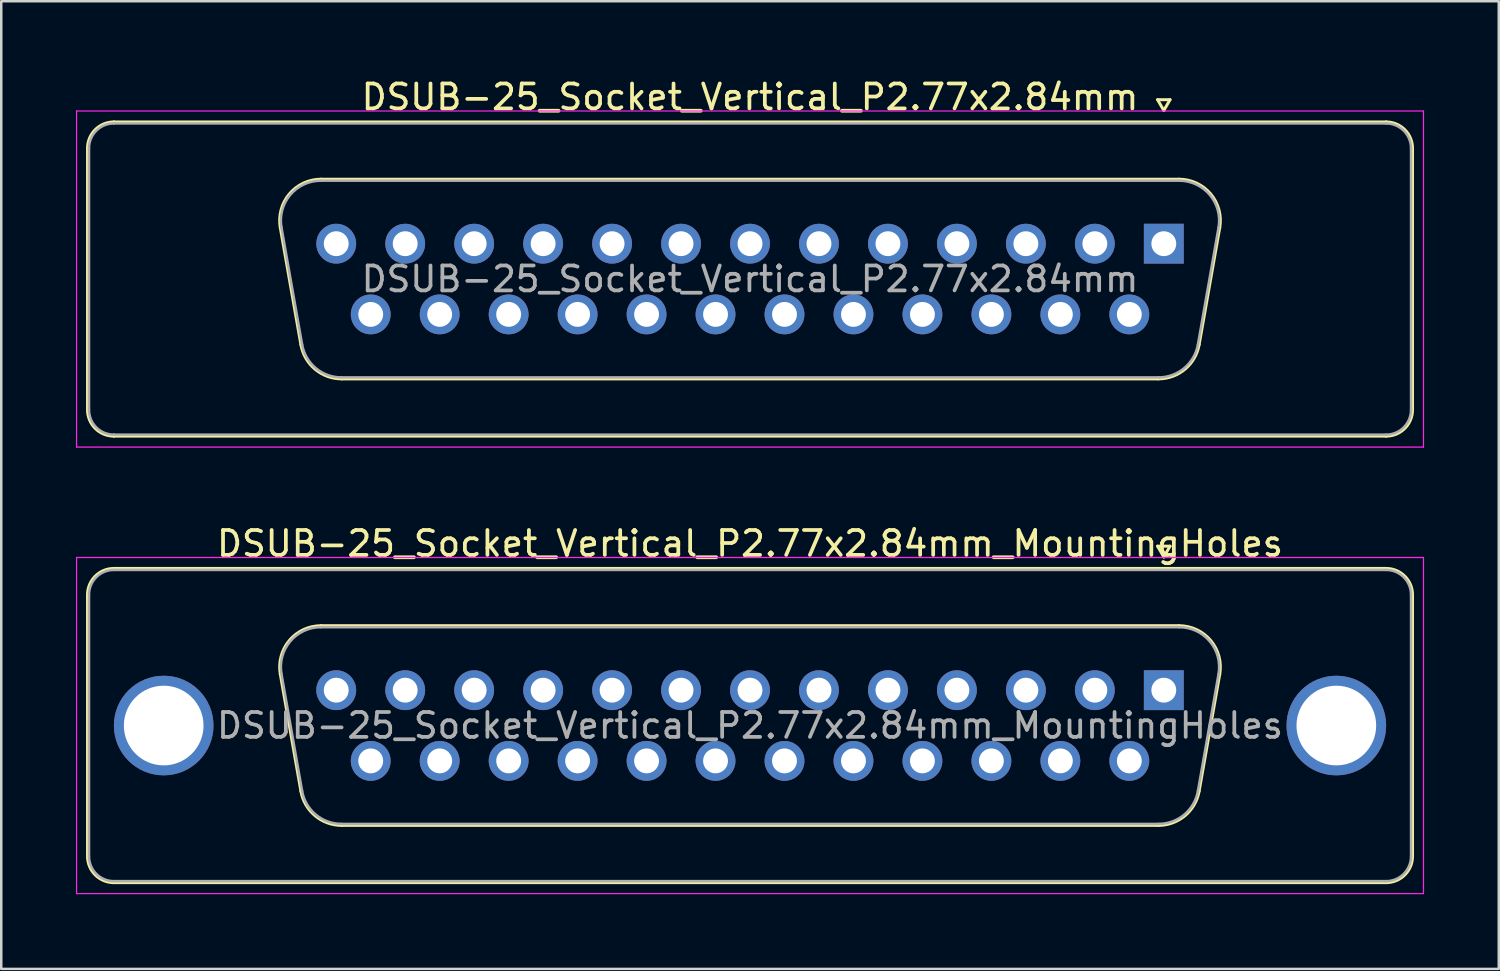
<source format=kicad_pcb>
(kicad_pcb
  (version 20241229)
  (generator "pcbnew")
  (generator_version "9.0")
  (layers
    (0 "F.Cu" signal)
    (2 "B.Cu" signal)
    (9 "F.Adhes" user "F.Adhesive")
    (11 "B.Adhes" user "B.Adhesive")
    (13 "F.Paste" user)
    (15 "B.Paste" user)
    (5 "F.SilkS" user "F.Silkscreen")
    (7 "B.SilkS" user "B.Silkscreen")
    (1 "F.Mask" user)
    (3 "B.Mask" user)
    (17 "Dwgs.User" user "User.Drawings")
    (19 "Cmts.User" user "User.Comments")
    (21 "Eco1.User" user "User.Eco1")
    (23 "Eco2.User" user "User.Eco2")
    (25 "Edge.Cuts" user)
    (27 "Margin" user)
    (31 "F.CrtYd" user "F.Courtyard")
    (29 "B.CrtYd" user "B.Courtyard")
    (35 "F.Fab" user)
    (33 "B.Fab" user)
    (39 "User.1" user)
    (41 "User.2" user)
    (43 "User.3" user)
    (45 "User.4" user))
  (footprint "DSUB-25_Socket_Vertical_P2.77x2.84mm_MountingHoles"
    (layer "F.Cu")
    (at 43.695 24.672)
    (property "Reference" "DSUB-25_Socket_Vertical_P2.77x2.84mm_MountingHoles" (at -16.62 -5.89 0) (layer "F.SilkS") (effects (font (size 1 1) (thickness 0.15))))
    (attr through_hole)
    (fp_line (start -43.23 6.67) (end -43.23 -3.83) (stroke (width 0.12) (type solid)) (layer "F.SilkS"))
    (fp_line (start -42.17 -4.89) (end 8.93 -4.89) (stroke (width 0.12) (type solid)) (layer "F.SilkS"))
    (fp_line (start -34.658 4.058) (end -35.486 -0.642) (stroke (width 0.12) (type solid)) (layer "F.SilkS"))
    (fp_line (start -33.852 -2.59) (end 0.612 -2.59) (stroke (width 0.12) (type solid)) (layer "F.SilkS"))
    (fp_line (start -0.25 -5.784) (end 0.25 -5.784) (stroke (width 0.12) (type solid)) (layer "F.SilkS"))
    (fp_line (start -0.217 5.43) (end -33.023 5.43) (stroke (width 0.12) (type solid)) (layer "F.SilkS"))
    (fp_line (start 0 -5.351) (end -0.25 -5.784) (stroke (width 0.12) (type solid)) (layer "F.SilkS"))
    (fp_line (start 0.25 -5.784) (end 0 -5.351) (stroke (width 0.12) (type solid)) (layer "F.SilkS"))
    (fp_line (start 2.246 -0.642) (end 1.418 4.058) (stroke (width 0.12) (type solid)) (layer "F.SilkS"))
    (fp_line (start 8.93 7.73) (end -42.17 7.73) (stroke (width 0.12) (type solid)) (layer "F.SilkS"))
    (fp_line (start 9.99 -3.83) (end 9.99 6.67) (stroke (width 0.12) (type solid)) (layer "F.SilkS"))
    (fp_arc (start -43.23 -3.83) (mid -42.919533 -4.579533) (end -42.17 -4.89) (stroke (width 0.12) (type solid)) (layer "F.SilkS"))
    (fp_arc (start -42.17 7.73) (mid -42.919533 7.419533) (end -43.23 6.67) (stroke (width 0.12) (type solid)) (layer "F.SilkS"))
    (fp_arc (start -35.48647 -0.641744) (mid -35.123323 -1.997027) (end -33.851689 -2.59) (stroke (width 0.12) (type solid)) (layer "F.SilkS"))
    (fp_arc (start -33.022952 5.43) (mid -34.08998 5.041634) (end -34.657733 4.058256) (stroke (width 0.12) (type solid)) (layer "F.SilkS"))
    (fp_arc (start 0.611689 -2.59) (mid 1.883323 -1.997027) (end 2.24647 -0.641744) (stroke (width 0.12) (type solid)) (layer "F.SilkS"))
    (fp_arc (start 1.417733 4.058256) (mid 0.84998 5.041634) (end -0.217048 5.43) (stroke (width 0.12) (type solid)) (layer "F.SilkS"))
    (fp_arc (start 8.93 -4.89) (mid 9.679533 -4.579533) (end 9.99 -3.83) (stroke (width 0.12) (type solid)) (layer "F.SilkS"))
    (fp_arc (start 9.99 6.67) (mid 9.679533 7.419533) (end 8.93 7.73) (stroke (width 0.12) (type solid)) (layer "F.SilkS"))
    (fp_line (start -43.67 -5.33) (end -43.67 8.17) (stroke (width 0.05) (type solid)) (layer "F.CrtYd"))
    (fp_line (start -43.67 8.17) (end 10.43 8.17) (stroke (width 0.05) (type solid)) (layer "F.CrtYd"))
    (fp_line (start 10.43 -5.33) (end -43.67 -5.33) (stroke (width 0.05) (type solid)) (layer "F.CrtYd"))
    (fp_line (start 10.43 8.17) (end 10.43 -5.33) (stroke (width 0.05) (type solid)) (layer "F.CrtYd"))
    (fp_line (start -43.17 6.67) (end -43.17 -3.83) (stroke (width 0.1) (type solid)) (layer "F.Fab"))
    (fp_line (start -42.17 -4.83) (end 8.93 -4.83) (stroke (width 0.1) (type solid)) (layer "F.Fab"))
    (fp_line (start -34.61 4.048) (end -35.439 -0.652) (stroke (width 0.1) (type solid)) (layer "F.Fab"))
    (fp_line (start -33.863 -2.53) (end 0.623 -2.53) (stroke (width 0.1) (type solid)) (layer "F.Fab"))
    (fp_line (start -0.206 5.37) (end -33.034 5.37) (stroke (width 0.1) (type solid)) (layer "F.Fab"))
    (fp_line (start 2.199 -0.652) (end 1.37 4.048) (stroke (width 0.1) (type solid)) (layer "F.Fab"))
    (fp_line (start 8.93 7.67) (end -42.17 7.67) (stroke (width 0.1) (type solid)) (layer "F.Fab"))
    (fp_line (start 9.93 -3.83) (end 9.93 6.67) (stroke (width 0.1) (type solid)) (layer "F.Fab"))
    (fp_arc (start -43.17 -3.83) (mid -42.877107 -4.537107) (end -42.17 -4.83) (stroke (width 0.1) (type solid)) (layer "F.Fab"))
    (fp_arc (start -42.17 7.67) (mid -42.877107 7.377107) (end -43.17 6.67) (stroke (width 0.1) (type solid)) (layer "F.Fab"))
    (fp_arc (start -35.438887 -0.652163) (mid -35.088865 -1.95846) (end -33.863194 -2.53) (stroke (width 0.1) (type solid)) (layer "F.Fab"))
    (fp_arc (start -33.034457 5.37) (mid -34.062918 4.995671) (end -34.61015 4.047837) (stroke (width 0.1) (type solid)) (layer "F.Fab"))
    (fp_arc (start 0.623194 -2.53) (mid 1.848865 -1.95846) (end 2.198887 -0.652163) (stroke (width 0.1) (type solid)) (layer "F.Fab"))
    (fp_arc (start 1.37015 4.047837) (mid 0.822918 4.995671) (end -0.205543 5.37) (stroke (width 0.1) (type solid)) (layer "F.Fab"))
    (fp_arc (start 8.93 -4.83) (mid 9.637107 -4.537107) (end 9.93 -3.83) (stroke (width 0.1) (type solid)) (layer "F.Fab"))
    (fp_arc (start 9.93 6.67) (mid 9.637107 7.377107) (end 8.93 7.67) (stroke (width 0.1) (type solid)) (layer "F.Fab"))
    (fp_text user "${REFERENCE}" (at -16.62 1.42 0) (layer "F.Fab") (effects (font (size 1 1) (thickness 0.15))))
    (pad "0" thru_hole circle (at -40.17 1.42) (size 4 4) (drill 3.2) (layers "*.Cu" "*.Mask"))
    (pad "0" thru_hole circle (at 6.93 1.42) (size 4 4) (drill 3.2) (layers "*.Cu" "*.Mask"))
    (pad "1" thru_hole rect (at 0 0) (size 1.6 1.6) (drill 1) (layers "*.Cu" "*.Mask"))
    (pad "2" thru_hole circle (at -2.77 0) (size 1.6 1.6) (drill 1) (layers "*.Cu" "*.Mask"))
    (pad "3" thru_hole circle (at -5.54 0) (size 1.6 1.6) (drill 1) (layers "*.Cu" "*.Mask"))
    (pad "4" thru_hole circle (at -8.31 0) (size 1.6 1.6) (drill 1) (layers "*.Cu" "*.Mask"))
    (pad "5" thru_hole circle (at -11.08 0) (size 1.6 1.6) (drill 1) (layers "*.Cu" "*.Mask"))
    (pad "6" thru_hole circle (at -13.85 0) (size 1.6 1.6) (drill 1) (layers "*.Cu" "*.Mask"))
    (pad "7" thru_hole circle (at -16.62 0) (size 1.6 1.6) (drill 1) (layers "*.Cu" "*.Mask"))
    (pad "8" thru_hole circle (at -19.39 0) (size 1.6 1.6) (drill 1) (layers "*.Cu" "*.Mask"))
    (pad "9" thru_hole circle (at -22.16 0) (size 1.6 1.6) (drill 1) (layers "*.Cu" "*.Mask"))
    (pad "10" thru_hole circle (at -24.93 0) (size 1.6 1.6) (drill 1) (layers "*.Cu" "*.Mask"))
    (pad "11" thru_hole circle (at -27.7 0) (size 1.6 1.6) (drill 1) (layers "*.Cu" "*.Mask"))
    (pad "12" thru_hole circle (at -30.47 0) (size 1.6 1.6) (drill 1) (layers "*.Cu" "*.Mask"))
    (pad "13" thru_hole circle (at -33.24 0) (size 1.6 1.6) (drill 1) (layers "*.Cu" "*.Mask"))
    (pad "14" thru_hole circle (at -1.385 2.84) (size 1.6 1.6) (drill 1) (layers "*.Cu" "*.Mask"))
    (pad "15" thru_hole circle (at -4.155 2.84) (size 1.6 1.6) (drill 1) (layers "*.Cu" "*.Mask"))
    (pad "16" thru_hole circle (at -6.925 2.84) (size 1.6 1.6) (drill 1) (layers "*.Cu" "*.Mask"))
    (pad "17" thru_hole circle (at -9.695 2.84) (size 1.6 1.6) (drill 1) (layers "*.Cu" "*.Mask"))
    (pad "18" thru_hole circle (at -12.465 2.84) (size 1.6 1.6) (drill 1) (layers "*.Cu" "*.Mask"))
    (pad "19" thru_hole circle (at -15.235 2.84) (size 1.6 1.6) (drill 1) (layers "*.Cu" "*.Mask"))
    (pad "20" thru_hole circle (at -18.005 2.84) (size 1.6 1.6) (drill 1) (layers "*.Cu" "*.Mask"))
    (pad "21" thru_hole circle (at -20.775 2.84) (size 1.6 1.6) (drill 1) (layers "*.Cu" "*.Mask"))
    (pad "22" thru_hole circle (at -23.545 2.84) (size 1.6 1.6) (drill 1) (layers "*.Cu" "*.Mask"))
    (pad "23" thru_hole circle (at -26.315 2.84) (size 1.6 1.6) (drill 1) (layers "*.Cu" "*.Mask"))
    (pad "24" thru_hole circle (at -29.085 2.84) (size 1.6 1.6) (drill 1) (layers "*.Cu" "*.Mask"))
    (pad "25" thru_hole circle (at -31.855 2.84) (size 1.6 1.6) (drill 1) (layers "*.Cu" "*.Mask")))
  (footprint "DSUB-25_Socket_Vertical_P2.77x2.84mm"
    (layer "F.Cu")
    (at 43.695 6.738)
    (property "Reference" "DSUB-25_Socket_Vertical_P2.77x2.84mm" (at -16.62 -5.89 0) (layer "F.SilkS") (effects (font (size 1 1) (thickness 0.15))))
    (attr through_hole)
    (fp_line (start -43.23 6.67) (end -43.23 -3.83) (stroke (width 0.12) (type solid)) (layer "F.SilkS"))
    (fp_line (start -42.17 -4.89) (end 8.93 -4.89) (stroke (width 0.12) (type solid)) (layer "F.SilkS"))
    (fp_line (start -34.658 4.058) (end -35.486 -0.642) (stroke (width 0.12) (type solid)) (layer "F.SilkS"))
    (fp_line (start -33.852 -2.59) (end 0.612 -2.59) (stroke (width 0.12) (type solid)) (layer "F.SilkS"))
    (fp_line (start -0.25 -5.784) (end 0.25 -5.784) (stroke (width 0.12) (type solid)) (layer "F.SilkS"))
    (fp_line (start -0.217 5.43) (end -33.023 5.43) (stroke (width 0.12) (type solid)) (layer "F.SilkS"))
    (fp_line (start 0 -5.351) (end -0.25 -5.784) (stroke (width 0.12) (type solid)) (layer "F.SilkS"))
    (fp_line (start 0.25 -5.784) (end 0 -5.351) (stroke (width 0.12) (type solid)) (layer "F.SilkS"))
    (fp_line (start 2.246 -0.642) (end 1.418 4.058) (stroke (width 0.12) (type solid)) (layer "F.SilkS"))
    (fp_line (start 8.93 7.73) (end -42.17 7.73) (stroke (width 0.12) (type solid)) (layer "F.SilkS"))
    (fp_line (start 9.99 -3.83) (end 9.99 6.67) (stroke (width 0.12) (type solid)) (layer "F.SilkS"))
    (fp_arc (start -43.23 -3.83) (mid -42.919533 -4.579533) (end -42.17 -4.89) (stroke (width 0.12) (type solid)) (layer "F.SilkS"))
    (fp_arc (start -42.17 7.73) (mid -42.919533 7.419533) (end -43.23 6.67) (stroke (width 0.12) (type solid)) (layer "F.SilkS"))
    (fp_arc (start -35.48647 -0.641744) (mid -35.123323 -1.997027) (end -33.851689 -2.59) (stroke (width 0.12) (type solid)) (layer "F.SilkS"))
    (fp_arc (start -33.022952 5.43) (mid -34.08998 5.041634) (end -34.657733 4.058256) (stroke (width 0.12) (type solid)) (layer "F.SilkS"))
    (fp_arc (start 0.611689 -2.59) (mid 1.883323 -1.997027) (end 2.24647 -0.641744) (stroke (width 0.12) (type solid)) (layer "F.SilkS"))
    (fp_arc (start 1.417733 4.058256) (mid 0.84998 5.041634) (end -0.217048 5.43) (stroke (width 0.12) (type solid)) (layer "F.SilkS"))
    (fp_arc (start 8.93 -4.89) (mid 9.679533 -4.579533) (end 9.99 -3.83) (stroke (width 0.12) (type solid)) (layer "F.SilkS"))
    (fp_arc (start 9.99 6.67) (mid 9.679533 7.419533) (end 8.93 7.73) (stroke (width 0.12) (type solid)) (layer "F.SilkS"))
    (fp_line (start -43.67 -5.33) (end -43.67 8.17) (stroke (width 0.05) (type solid)) (layer "F.CrtYd"))
    (fp_line (start -43.67 8.17) (end 10.43 8.17) (stroke (width 0.05) (type solid)) (layer "F.CrtYd"))
    (fp_line (start 10.43 -5.33) (end -43.67 -5.33) (stroke (width 0.05) (type solid)) (layer "F.CrtYd"))
    (fp_line (start 10.43 8.17) (end 10.43 -5.33) (stroke (width 0.05) (type solid)) (layer "F.CrtYd"))
    (fp_line (start -43.17 6.67) (end -43.17 -3.83) (stroke (width 0.1) (type solid)) (layer "F.Fab"))
    (fp_line (start -42.17 -4.83) (end 8.93 -4.83) (stroke (width 0.1) (type solid)) (layer "F.Fab"))
    (fp_line (start -34.61 4.048) (end -35.439 -0.652) (stroke (width 0.1) (type solid)) (layer "F.Fab"))
    (fp_line (start -33.863 -2.53) (end 0.623 -2.53) (stroke (width 0.1) (type solid)) (layer "F.Fab"))
    (fp_line (start -0.206 5.37) (end -33.034 5.37) (stroke (width 0.1) (type solid)) (layer "F.Fab"))
    (fp_line (start 2.199 -0.652) (end 1.37 4.048) (stroke (width 0.1) (type solid)) (layer "F.Fab"))
    (fp_line (start 8.93 7.67) (end -42.17 7.67) (stroke (width 0.1) (type solid)) (layer "F.Fab"))
    (fp_line (start 9.93 -3.83) (end 9.93 6.67) (stroke (width 0.1) (type solid)) (layer "F.Fab"))
    (fp_arc (start -43.17 -3.83) (mid -42.877107 -4.537107) (end -42.17 -4.83) (stroke (width 0.1) (type solid)) (layer "F.Fab"))
    (fp_arc (start -42.17 7.67) (mid -42.877107 7.377107) (end -43.17 6.67) (stroke (width 0.1) (type solid)) (layer "F.Fab"))
    (fp_arc (start -35.438887 -0.652163) (mid -35.088865 -1.95846) (end -33.863194 -2.53) (stroke (width 0.1) (type solid)) (layer "F.Fab"))
    (fp_arc (start -33.034457 5.37) (mid -34.062918 4.995671) (end -34.61015 4.047837) (stroke (width 0.1) (type solid)) (layer "F.Fab"))
    (fp_arc (start 0.623194 -2.53) (mid 1.848865 -1.95846) (end 2.198887 -0.652163) (stroke (width 0.1) (type solid)) (layer "F.Fab"))
    (fp_arc (start 1.37015 4.047837) (mid 0.822918 4.995671) (end -0.205543 5.37) (stroke (width 0.1) (type solid)) (layer "F.Fab"))
    (fp_arc (start 8.93 -4.83) (mid 9.637107 -4.537107) (end 9.93 -3.83) (stroke (width 0.1) (type solid)) (layer "F.Fab"))
    (fp_arc (start 9.93 6.67) (mid 9.637107 7.377107) (end 8.93 7.67) (stroke (width 0.1) (type solid)) (layer "F.Fab"))
    (fp_text user "${REFERENCE}" (at -16.62 1.42 0) (layer "F.Fab") (effects (font (size 1 1) (thickness 0.15))))
    (pad "1" thru_hole rect (at 0 0) (size 1.6 1.6) (drill 1) (layers "*.Cu" "*.Mask"))
    (pad "2" thru_hole circle (at -2.77 0) (size 1.6 1.6) (drill 1) (layers "*.Cu" "*.Mask"))
    (pad "3" thru_hole circle (at -5.54 0) (size 1.6 1.6) (drill 1) (layers "*.Cu" "*.Mask"))
    (pad "4" thru_hole circle (at -8.31 0) (size 1.6 1.6) (drill 1) (layers "*.Cu" "*.Mask"))
    (pad "5" thru_hole circle (at -11.08 0) (size 1.6 1.6) (drill 1) (layers "*.Cu" "*.Mask"))
    (pad "6" thru_hole circle (at -13.85 0) (size 1.6 1.6) (drill 1) (layers "*.Cu" "*.Mask"))
    (pad "7" thru_hole circle (at -16.62 0) (size 1.6 1.6) (drill 1) (layers "*.Cu" "*.Mask"))
    (pad "8" thru_hole circle (at -19.39 0) (size 1.6 1.6) (drill 1) (layers "*.Cu" "*.Mask"))
    (pad "9" thru_hole circle (at -22.16 0) (size 1.6 1.6) (drill 1) (layers "*.Cu" "*.Mask"))
    (pad "10" thru_hole circle (at -24.93 0) (size 1.6 1.6) (drill 1) (layers "*.Cu" "*.Mask"))
    (pad "11" thru_hole circle (at -27.7 0) (size 1.6 1.6) (drill 1) (layers "*.Cu" "*.Mask"))
    (pad "12" thru_hole circle (at -30.47 0) (size 1.6 1.6) (drill 1) (layers "*.Cu" "*.Mask"))
    (pad "13" thru_hole circle (at -33.24 0) (size 1.6 1.6) (drill 1) (layers "*.Cu" "*.Mask"))
    (pad "14" thru_hole circle (at -1.385 2.84) (size 1.6 1.6) (drill 1) (layers "*.Cu" "*.Mask"))
    (pad "15" thru_hole circle (at -4.155 2.84) (size 1.6 1.6) (drill 1) (layers "*.Cu" "*.Mask"))
    (pad "16" thru_hole circle (at -6.925 2.84) (size 1.6 1.6) (drill 1) (layers "*.Cu" "*.Mask"))
    (pad "17" thru_hole circle (at -9.695 2.84) (size 1.6 1.6) (drill 1) (layers "*.Cu" "*.Mask"))
    (pad "18" thru_hole circle (at -12.465 2.84) (size 1.6 1.6) (drill 1) (layers "*.Cu" "*.Mask"))
    (pad "19" thru_hole circle (at -15.235 2.84) (size 1.6 1.6) (drill 1) (layers "*.Cu" "*.Mask"))
    (pad "20" thru_hole circle (at -18.005 2.84) (size 1.6 1.6) (drill 1) (layers "*.Cu" "*.Mask"))
    (pad "21" thru_hole circle (at -20.775 2.84) (size 1.6 1.6) (drill 1) (layers "*.Cu" "*.Mask"))
    (pad "22" thru_hole circle (at -23.545 2.84) (size 1.6 1.6) (drill 1) (layers "*.Cu" "*.Mask"))
    (pad "23" thru_hole circle (at -26.315 2.84) (size 1.6 1.6) (drill 1) (layers "*.Cu" "*.Mask"))
    (pad "24" thru_hole circle (at -29.085 2.84) (size 1.6 1.6) (drill 1) (layers "*.Cu" "*.Mask"))
    (pad "25" thru_hole circle (at -31.855 2.84) (size 1.6 1.6) (drill 1) (layers "*.Cu" "*.Mask")))
  (gr_rect
    (start -3 -3)
    (end 57.15 35.867)
    (stroke (width 0.1) (type default))
    (fill no)
    (layer "Edge.Cuts")))
</source>
